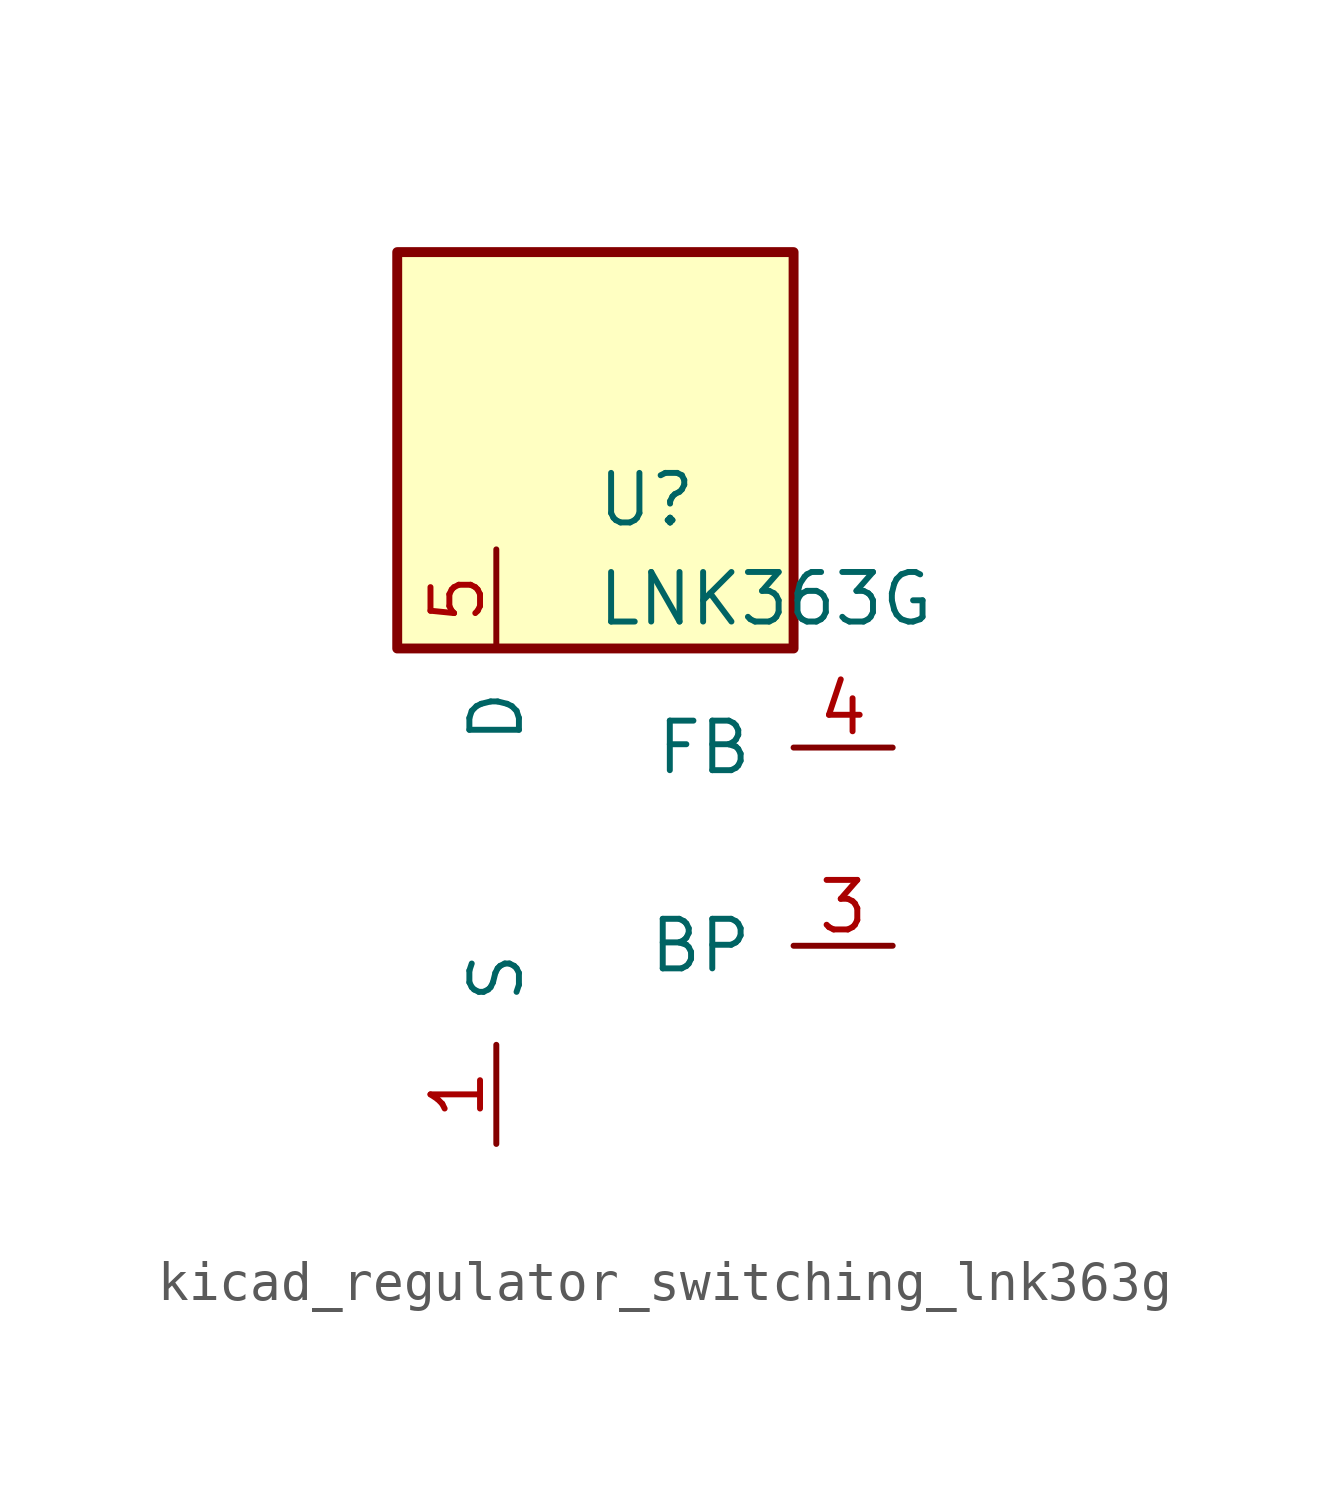
<source format=kicad_sym>
(kicad_symbol_lib
  (version 20220914)
  (generator kicad_symbol_editor)
  (symbol "kicad_regulator_switching_lnk363g"
    (pin_names
      (offset 1.016))
    (property "Reference" "U"
      (at 0 8.89 0)
      (effects (font (size 1.27 1.27)) (justify left)))
    (property "Value" "LNK363G"
      (at 0 6.35 0)
      (effects (font (size 1.27 1.27)) (justify left)))
    (symbol "kicad_regulator_switching_lnk363g_0_1"
      (rectangle (start 5.08 15.24) (end -5.08 5.08) (stroke (width 0.254) (type default)) (fill (type background))))
    (symbol "kicad_regulator_switching_lnk363g_1_1"
      (pin power_in line (at -2.54 -7.62 90) (length 2.54) (name "S" (effects (font (size 1.27 1.27)))) (number "1" (effects (font (size 1.27 1.27)))))
      (pin passive line (at -2.54 -7.62 90) (length 2.54) hide (name "S" (effects (font (size 1.27 1.27)))) (number "2" (effects (font (size 1.27 1.27)))))
      (pin input line (at 7.62 -2.54 180) (length 2.54) (name "BP" (effects (font (size 1.27 1.27)))) (number "3" (effects (font (size 1.27 1.27)))))
      (pin input line (at 7.62 2.54 180) (length 2.54) (name "FB" (effects (font (size 1.27 1.27)))) (number "4" (effects (font (size 1.27 1.27)))))
      (pin open_collector line (at -2.54 7.62 270) (length 2.54) (name "D" (effects (font (size 1.27 1.27)))) (number "5" (effects (font (size 1.27 1.27)))))
      (pin passive line (at -2.54 -7.62 90) (length 2.54) hide (name "S" (effects (font (size 1.27 1.27)))) (number "7" (effects (font (size 1.27 1.27)))))
      (pin passive line (at -2.54 -7.62 90) (length 2.54) hide (name "S" (effects (font (size 1.27 1.27)))) (number "8" (effects (font (size 1.27 1.27))))))))
</source>
